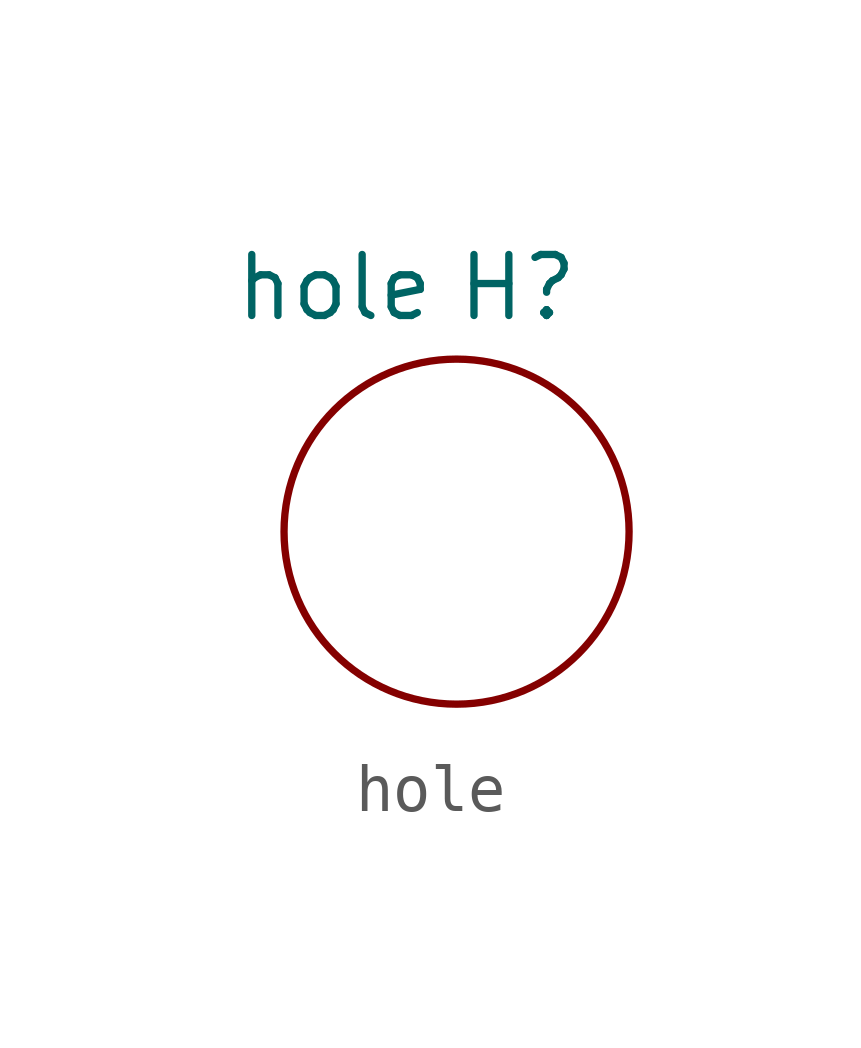
<source format=kicad_sym>
(kicad_symbol_lib
  (version 20211014)
  (generator kicad_symbol_editor)
  (symbol "hole"
    (property "Reference" "H"
      (at 5.08 1.27 0)
      (effects (font (size 1.27 1.27))))
    (property "Value" "hole"
      (at 1.27 1.27 0)
      (effects (font (size 1.27 1.27))))
    (symbol "hole_0_1"
      (circle (center 3.81 -3.81) (radius 3.592) (stroke (width 0) (type default) (color 0 0 0 0)) (fill (type none))))))
</source>
